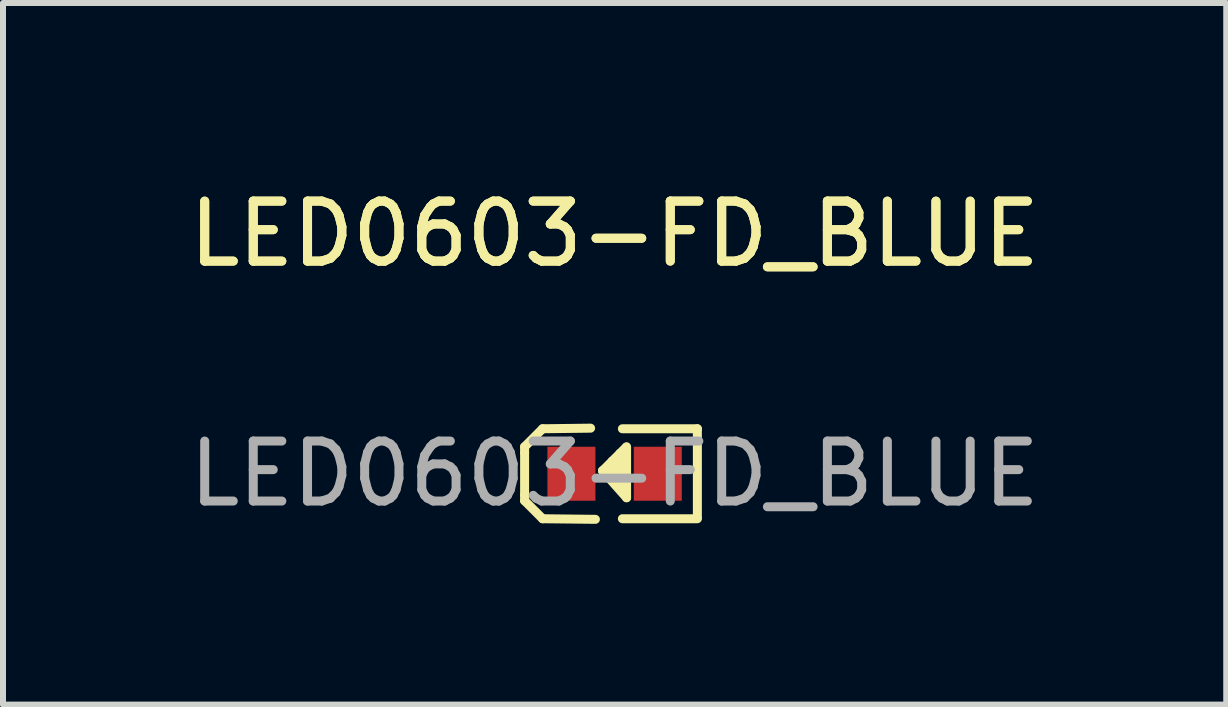
<source format=kicad_pcb>
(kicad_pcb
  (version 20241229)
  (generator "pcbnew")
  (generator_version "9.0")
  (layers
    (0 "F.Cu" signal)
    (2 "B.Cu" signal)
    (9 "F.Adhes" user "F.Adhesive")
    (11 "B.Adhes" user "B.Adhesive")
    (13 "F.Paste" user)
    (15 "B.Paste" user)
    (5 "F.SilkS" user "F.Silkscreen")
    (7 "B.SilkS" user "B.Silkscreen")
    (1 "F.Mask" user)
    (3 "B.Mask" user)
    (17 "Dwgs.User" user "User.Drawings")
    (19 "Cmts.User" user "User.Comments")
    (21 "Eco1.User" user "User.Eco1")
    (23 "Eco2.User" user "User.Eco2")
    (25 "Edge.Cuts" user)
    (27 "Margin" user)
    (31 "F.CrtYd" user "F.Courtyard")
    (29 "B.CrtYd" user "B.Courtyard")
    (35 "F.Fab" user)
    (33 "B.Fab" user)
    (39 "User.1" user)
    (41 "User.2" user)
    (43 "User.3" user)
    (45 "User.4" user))
  (footprint "LED0603-FD_BLUE"
    (layer "F.Cu")
    (at 7.196 4.848)
    (property "Reference" "LED0603-FD_BLUE" (at 0 -4 0) (layer "F.SilkS") (effects (font (size 1 1) (thickness 0.15))))
    (attr smd)
    (fp_line (start -1.5 -0.45) (end -1.2 -0.75) (stroke (width 0.15) (type solid)) (layer "F.SilkS"))
    (fp_line (start -1.5 -0.35) (end -1.5 -0.45) (stroke (width 0.15) (type solid)) (layer "F.SilkS"))
    (fp_line (start -1.5 -0.35) (end -1.5 0.35) (stroke (width 0.15) (type solid)) (layer "F.SilkS"))
    (fp_line (start -1.5 0.35) (end -1.5 0.45) (stroke (width 0.15) (type solid)) (layer "F.SilkS"))
    (fp_line (start -1.5 0.45) (end -1.2 0.75) (stroke (width 0.15) (type solid)) (layer "F.SilkS"))
    (fp_line (start -0.4 -0.76) (end -1.2 -0.75) (stroke (width 0.15) (type solid)) (layer "F.SilkS"))
    (fp_line (start -0.32 0.76) (end -1.2 0.75) (stroke (width 0.15) (type solid)) (layer "F.SilkS"))
    (fp_line (start -0.2 -0.05) (end 0.2 0.4) (stroke (width 0.15) (type solid)) (layer "F.SilkS"))
    (fp_line (start -0.04 -0.21) (end -0.04 0.1) (stroke (width 0.15) (type solid)) (layer "F.SilkS"))
    (fp_line (start -0.04 0.1) (end -0.05 0.1) (stroke (width 0.15) (type solid)) (layer "F.SilkS"))
    (fp_line (start 0.09 -0.34) (end 0.09 0.15) (stroke (width 0.15) (type solid)) (layer "F.SilkS"))
    (fp_line (start 0.09 0.15) (end 0.04 0.19) (stroke (width 0.15) (type solid)) (layer "F.SilkS"))
    (fp_line (start 0.1 -0.05) (end -0.2 -0.05) (stroke (width 0.15) (type solid)) (layer "F.SilkS"))
    (fp_line (start 0.13 -0.75) (end 1.38 -0.75) (stroke (width 0.15) (type solid)) (layer "F.SilkS"))
    (fp_line (start 0.13 0.75) (end 1.38 0.75) (stroke (width 0.15) (type solid)) (layer "F.SilkS"))
    (fp_line (start 0.19 -0.44) (end -0.2 -0.05) (stroke (width 0.15) (type solid)) (layer "F.SilkS"))
    (fp_line (start 0.2 0.4) (end 0.2 -0.45) (stroke (width 0.15) (type solid)) (layer "F.SilkS"))
    (fp_line (start 1.38 -0.75) (end 1.38 0.73) (stroke (width 0.15) (type solid)) (layer "F.SilkS"))
    (fp_circle (center -0.8 0.4) (end -0.77 0.4) (stroke (width 0.06) (type solid)) (fill no) (layer "F.Fab"))
    (fp_text user "${REFERENCE}" (at 0 -4 0) (layer "F.SilkS") (effects (font (size 1 1) (thickness 0.15))))
    (fp_text user "${REFERENCE}" (at 0 0 0) (layer "F.Fab") (effects (font (size 1 1) (thickness 0.15))))
    (pad "1" smd rect (at -0.72 0 180) (size 0.8 0.9) (layers "F.Cu" "F.Mask" "F.Paste"))
    (pad "2" smd rect (at 0.72 0 180) (size 0.8 0.9) (layers "F.Cu" "F.Mask" "F.Paste")))
  (gr_rect
    (start -3 -3)
    (end 17.393 8.697)
    (stroke (width 0.1) (type default))
    (fill no)
    (layer "Edge.Cuts")))
</source>
